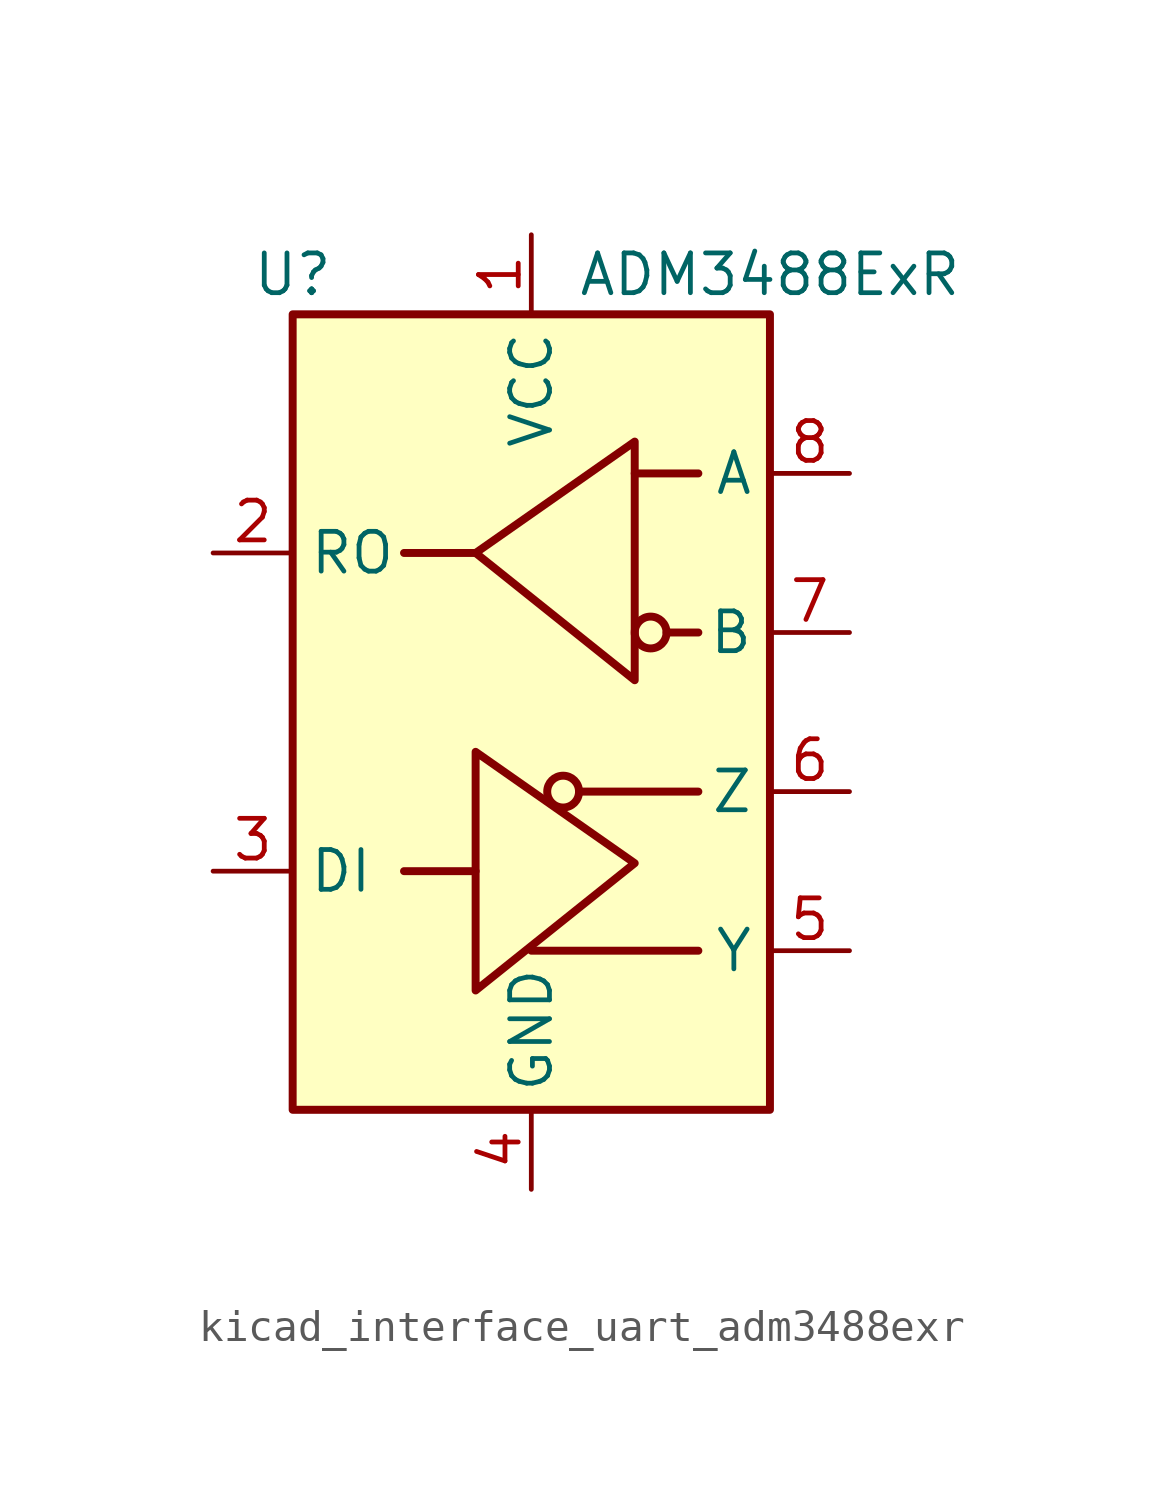
<source format=kicad_sym>
(kicad_symbol_lib
  (version 20220914)
  (generator kicad_symbol_editor)
  (symbol "kicad_interface_uart_adm3488exr"
    (property "Reference" "U"
      (at -7.62 13.97 0)
      (effects (font (size 1.27 1.27))))
    (property "Value" "ADM3488ExR"
      (at 7.62 13.97 0)
      (effects (font (size 1.27 1.27))))
    (symbol "kicad_interface_uart_adm3488exr_0_1"
      (rectangle (start -7.62 12.7) (end 7.62 -12.7) (stroke (width 0.254) (type default)) (fill (type background)))
      (polyline (pts (xy -1.778 -5.08) (xy -4.064 -5.08)) (stroke (width 0.254) (type default)) (fill (type none)))
      (polyline (pts (xy -1.778 5.08) (xy -4.064 5.08)) (stroke (width 0.254) (type default)) (fill (type none)))
      (polyline (pts (xy 0 -7.62) (xy 5.334 -7.62)) (stroke (width 0.254) (type default)) (fill (type none)))
      (polyline (pts (xy 1.524 -2.54) (xy 5.334 -2.54)) (stroke (width 0.254) (type default)) (fill (type none)))
      (polyline (pts (xy 3.302 7.62) (xy 5.334 7.62)) (stroke (width 0.254) (type default)) (fill (type none)))
      (polyline (pts (xy 4.318 2.54) (xy 5.334 2.54)) (stroke (width 0.254) (type default)) (fill (type none)))
      (polyline (pts (xy -1.778 -5.08) (xy -1.778 -1.27) (xy 3.302 -4.826) (xy -1.778 -8.89) (xy -1.778 -5.08)) (stroke (width 0.254) (type default)) (fill (type none)))
      (circle (center 1.016 -2.54) (radius 0.508) (stroke (width 0.254) (type default)) (fill (type none))))
    (symbol "kicad_interface_uart_adm3488exr_1_1"
      (polyline (pts (xy 3.302 4.826) (xy 3.302 8.636) (xy -1.778 5.08) (xy 3.302 1.016) (xy 3.302 4.826)) (stroke (width 0.254) (type default)) (fill (type none)))
      (circle (center 3.81 2.54) (radius 0.508) (stroke (width 0.254) (type default)) (fill (type none)))
      (pin power_in line (at 0 15.24 270) (length 2.54) (name "VCC" (effects (font (size 1.27 1.27)))) (number "1" (effects (font (size 1.27 1.27)))))
      (pin output line (at -10.16 5.08 0) (length 2.54) (name "RO" (effects (font (size 1.27 1.27)))) (number "2" (effects (font (size 1.27 1.27)))))
      (pin input line (at -10.16 -5.08 0) (length 2.54) (name "DI" (effects (font (size 1.27 1.27)))) (number "3" (effects (font (size 1.27 1.27)))))
      (pin power_in line (at 0 -15.24 90) (length 2.54) (name "GND" (effects (font (size 1.27 1.27)))) (number "4" (effects (font (size 1.27 1.27)))))
      (pin output line (at 10.16 -7.62 180) (length 2.54) (name "Y" (effects (font (size 1.27 1.27)))) (number "5" (effects (font (size 1.27 1.27)))))
      (pin output line (at 10.16 -2.54 180) (length 2.54) (name "Z" (effects (font (size 1.27 1.27)))) (number "6" (effects (font (size 1.27 1.27)))))
      (pin input line (at 10.16 2.54 180) (length 2.54) (name "B" (effects (font (size 1.27 1.27)))) (number "7" (effects (font (size 1.27 1.27)))))
      (pin input line (at 10.16 7.62 180) (length 2.54) (name "A" (effects (font (size 1.27 1.27)))) (number "8" (effects (font (size 1.27 1.27))))))))
</source>
